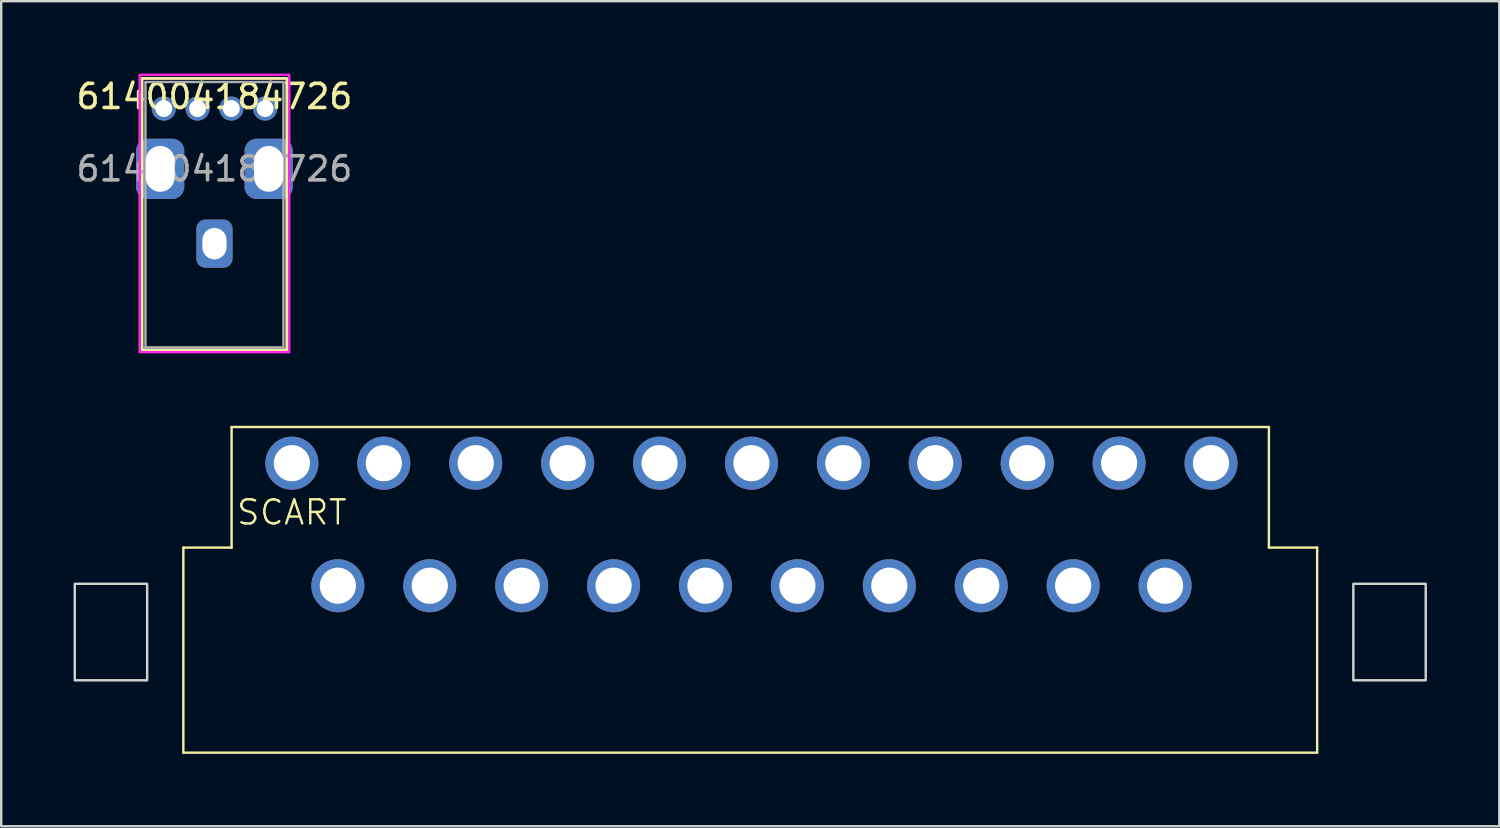
<source format=kicad_pcb>
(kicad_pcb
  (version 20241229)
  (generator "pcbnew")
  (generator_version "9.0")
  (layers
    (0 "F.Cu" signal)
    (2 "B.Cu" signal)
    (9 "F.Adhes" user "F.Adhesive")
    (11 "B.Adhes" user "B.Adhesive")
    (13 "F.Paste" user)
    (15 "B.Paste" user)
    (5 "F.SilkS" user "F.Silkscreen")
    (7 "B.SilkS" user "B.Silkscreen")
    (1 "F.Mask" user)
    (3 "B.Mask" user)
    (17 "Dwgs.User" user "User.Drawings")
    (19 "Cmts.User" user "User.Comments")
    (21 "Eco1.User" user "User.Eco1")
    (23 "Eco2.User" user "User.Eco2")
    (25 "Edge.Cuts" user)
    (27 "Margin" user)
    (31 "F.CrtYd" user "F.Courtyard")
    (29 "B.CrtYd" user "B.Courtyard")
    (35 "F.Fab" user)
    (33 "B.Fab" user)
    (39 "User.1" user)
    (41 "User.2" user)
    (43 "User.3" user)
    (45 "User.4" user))
  (footprint "614004184726"
    (layer "F.Cu")
    (at 5.839 1.45)
    (property "Reference" "614004184726" (at 0 -0.5 0) (unlocked yes) (layer "F.SilkS") (effects (font (size 1 1) (thickness 0.15))))
    (attr through_hole)
    (fp_rect (start -3 -1.25) (end 3 10) (stroke (width 0.12) (type default)) (fill no) (layer "F.SilkS"))
    (fp_rect (start -3.1 -1.4) (end 3.1 10.1) (stroke (width 0.1) (type default)) (fill no) (layer "F.CrtYd"))
    (fp_line (start -2.86 -1.1) (end 2.86 -1.1) (stroke (width 0.1) (type default)) (layer "F.Fab"))
    (fp_line (start -2.86 9.9) (end -2.86 -1.1) (stroke (width 0.1) (type default)) (layer "F.Fab"))
    (fp_line (start -2.86 9.9) (end 2.86 9.9) (stroke (width 0.1) (type default)) (layer "F.Fab"))
    (fp_line (start 2.86 9.9) (end 2.86 -1.1) (stroke (width 0.1) (type default)) (layer "F.Fab"))
    (fp_text user "${REFERENCE}" (at 0 2.5 0) (unlocked yes) (layer "F.Fab") (effects (font (size 1 1) (thickness 0.15))))
    (pad "1" thru_hole circle (at 2.1 0 270) (size 1 1) (drill 0.7) (layers "*.Cu" "*.Mask"))
    (pad "2" thru_hole circle (at 0.7 0 270) (size 1 1) (drill 0.7) (layers "*.Cu" "*.Mask"))
    (pad "3" thru_hole circle (at -0.7 0 270) (size 1 1) (drill 0.7) (layers "*.Cu" "*.Mask"))
    (pad "4" thru_hole circle (at -2.1 0 270) (size 1 1) (drill 0.7) (layers "*.Cu" "*.Mask"))
    (pad "5" thru_hole roundrect (at -2.25 2.5 90) (size 2.5 2) (drill oval 1.9 1.2) (layers "*.Cu" "*.Mask") (roundrect_rratio 0.25))
    (pad "5" thru_hole roundrect (at 0 5.6 90) (size 2 1.5) (drill oval 1.3 1) (layers "*.Cu" "*.Mask") (roundrect_rratio 0.25))
    (pad "5" thru_hole roundrect (at 2.25 2.5 90) (size 2.5 2) (drill oval 1.9 1.2) (layers "*.Cu" "*.Mask") (roundrect_rratio 0.25)))
  (footprint "SCART"
    (layer "F.Cu")
    (at 9.05 16.15)
    (property "Reference" "SCART" (at 0 2.04 0) (unlocked yes) (layer "F.SilkS") (effects (font (size 1 1) (thickness 0.1))))
    (attr through_hole)
    (fp_line (start -4.5 12) (end -4.5 3.5) (stroke (width 0.1) (type default)) (layer "F.SilkS"))
    (fp_line (start -2.5 -1.5) (end -2.5 3.5) (stroke (width 0.1) (type default)) (layer "F.SilkS"))
    (fp_line (start -2.5 -1.5) (end 40.5 -1.5) (stroke (width 0.1) (type default)) (layer "F.SilkS"))
    (fp_line (start -2.5 3.5) (end -4.5 3.5) (stroke (width 0.1) (type default)) (layer "F.SilkS"))
    (fp_line (start 40.5 -1.5) (end 40.5 3.5) (stroke (width 0.1) (type default)) (layer "F.SilkS"))
    (fp_line (start 40.5 3.5) (end 42.5 3.5) (stroke (width 0.1) (type default)) (layer "F.SilkS"))
    (fp_line (start 42.5 3.5) (end 42.5 12) (stroke (width 0.1) (type default)) (layer "F.SilkS"))
    (fp_line (start 42.5 12) (end -4.5 12) (stroke (width 0.1) (type default)) (layer "F.SilkS"))
    (fp_rect (start -9 5) (end -6 9) (stroke (width 0.1) (type default)) (fill no) (layer "Edge.Cuts"))
    (fp_rect (start 44 5) (end 47 9) (stroke (width 0.1) (type default)) (fill no) (layer "Edge.Cuts"))
    (pad "1" thru_hole circle (at 0 0) (size 2.2 2.2) (drill 1.5) (layers "*.Cu" "*.Mask"))
    (pad "2" thru_hole circle (at 1.905 5.08) (size 2.2 2.2) (drill 1.5) (layers "*.Cu" "*.Mask"))
    (pad "3" thru_hole circle (at 3.81 0) (size 2.2 2.2) (drill 1.5) (layers "*.Cu" "*.Mask"))
    (pad "4" thru_hole circle (at 5.715 5.08) (size 2.2 2.2) (drill 1.5) (layers "*.Cu" "*.Mask"))
    (pad "5" thru_hole circle (at 7.62 0) (size 2.2 2.2) (drill 1.5) (layers "*.Cu" "*.Mask"))
    (pad "6" thru_hole circle (at 9.525 5.08) (size 2.2 2.2) (drill 1.5) (layers "*.Cu" "*.Mask"))
    (pad "7" thru_hole circle (at 11.43 0) (size 2.2 2.2) (drill 1.5) (layers "*.Cu" "*.Mask"))
    (pad "8" thru_hole circle (at 13.335 5.08) (size 2.2 2.2) (drill 1.5) (layers "*.Cu" "*.Mask"))
    (pad "9" thru_hole circle (at 15.24 0) (size 2.2 2.2) (drill 1.5) (layers "*.Cu" "*.Mask"))
    (pad "10" thru_hole circle (at 17.145 5.08) (size 2.2 2.2) (drill 1.5) (layers "*.Cu" "*.Mask"))
    (pad "11" thru_hole circle (at 19.05 0) (size 2.2 2.2) (drill 1.5) (layers "*.Cu" "*.Mask"))
    (pad "12" thru_hole circle (at 20.955 5.08) (size 2.2 2.2) (drill 1.5) (layers "*.Cu" "*.Mask"))
    (pad "13" thru_hole circle (at 22.86 0) (size 2.2 2.2) (drill 1.5) (layers "*.Cu" "*.Mask"))
    (pad "14" thru_hole circle (at 24.765 5.08) (size 2.2 2.2) (drill 1.5) (layers "*.Cu" "*.Mask"))
    (pad "15" thru_hole circle (at 26.67 0) (size 2.2 2.2) (drill 1.5) (layers "*.Cu" "*.Mask"))
    (pad "16" thru_hole circle (at 28.575 5.08) (size 2.2 2.2) (drill 1.5) (layers "*.Cu" "*.Mask"))
    (pad "17" thru_hole circle (at 30.48 0) (size 2.2 2.2) (drill 1.5) (layers "*.Cu" "*.Mask"))
    (pad "18" thru_hole circle (at 32.385 5.08) (size 2.2 2.2) (drill 1.5) (layers "*.Cu" "*.Mask"))
    (pad "19" thru_hole circle (at 34.29 0) (size 2.2 2.2) (drill 1.5) (layers "*.Cu" "*.Mask"))
    (pad "20" thru_hole circle (at 36.195 5.08) (size 2.2 2.2) (drill 1.5) (layers "*.Cu" "*.Mask"))
    (pad "21" thru_hole circle (at 38.1 0) (size 2.2 2.2) (drill 1.5) (layers "*.Cu" "*.Mask")))
  (gr_rect
    (start -3 -3)
    (end 59.1 31.2)
    (stroke (width 0.1) (type default))
    (fill no)
    (layer "Edge.Cuts")))
</source>
